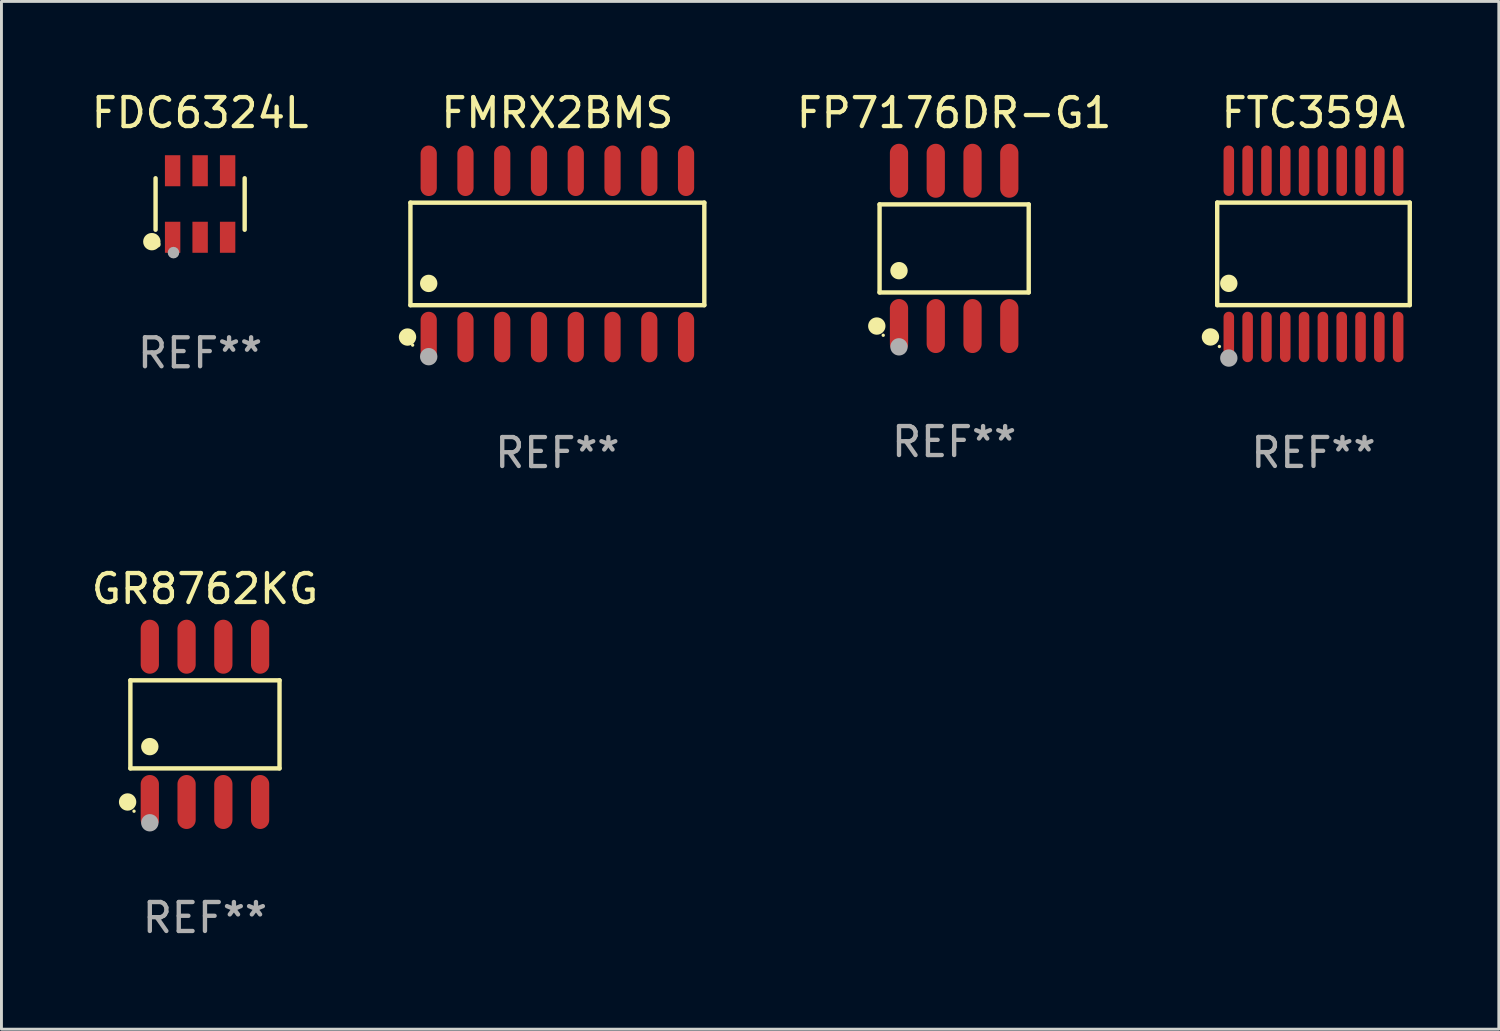
<source format=kicad_pcb>
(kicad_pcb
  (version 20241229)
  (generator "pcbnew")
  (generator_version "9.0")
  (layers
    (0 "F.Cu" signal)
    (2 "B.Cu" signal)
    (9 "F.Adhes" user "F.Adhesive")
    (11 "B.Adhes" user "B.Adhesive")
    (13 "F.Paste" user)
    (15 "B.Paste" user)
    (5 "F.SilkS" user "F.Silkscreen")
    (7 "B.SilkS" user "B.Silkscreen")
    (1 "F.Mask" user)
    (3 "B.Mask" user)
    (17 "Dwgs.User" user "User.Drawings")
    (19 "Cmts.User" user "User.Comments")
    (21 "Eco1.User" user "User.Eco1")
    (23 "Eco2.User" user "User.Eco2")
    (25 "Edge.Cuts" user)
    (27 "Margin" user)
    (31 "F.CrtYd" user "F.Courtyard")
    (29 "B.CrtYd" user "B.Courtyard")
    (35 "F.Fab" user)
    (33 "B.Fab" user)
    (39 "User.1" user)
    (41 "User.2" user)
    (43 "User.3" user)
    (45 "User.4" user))
  (footprint "FDC6324L"
    (layer "F.Cu")
    (at 3.863 3.997)
    (property "Reference" "FDC6324L" (at 0 -3.149 0) (layer "F.SilkS") (effects (font (size 1 1) (thickness 0.15))))
    (attr through_hole)
    (fp_line (start -1.539 0.889) (end -1.539 -0.889) (stroke (width 0.152) (type solid)) (layer "F.SilkS"))
    (fp_line (start 1.539 0.889) (end 1.539 -0.889) (stroke (width 0.152) (type solid)) (layer "F.SilkS"))
    (fp_circle (center -1.668 1.301) (end -1.518 1.301) (stroke (width 0.3) (type solid)) (fill no) (layer "F.SilkS"))
    (fp_circle (center -1.463 1.4) (end -1.413 1.4) (stroke (width 0.1) (type solid)) (fill no) (layer "F.SilkS"))
    (fp_circle (center -0.92 1.68) (end -0.82 1.68) (stroke (width 0.2) (type solid)) (fill no) (layer "F.Fab"))
    (fp_text user "REF**" (at 0 5.149 0) (layer "F.Fab") (effects (font (size 1 1) (thickness 0.15))))
    (pad "1" smd rect (at -0.95 1.149) (size 0.532 1.072) (layers "F.Cu" "F.Mask" "F.Paste"))
    (pad "2" smd rect (at 0 1.149) (size 0.532 1.072) (layers "F.Cu" "F.Mask" "F.Paste"))
    (pad "3" smd rect (at 0.95 1.149) (size 0.532 1.072) (layers "F.Cu" "F.Mask" "F.Paste"))
    (pad "4" smd rect (at 0.95 -1.149) (size 0.532 1.072) (layers "F.Cu" "F.Mask" "F.Paste"))
    (pad "5" smd rect (at 0 -1.149) (size 0.532 1.072) (layers "F.Cu" "F.Mask" "F.Paste"))
    (pad "6" smd rect (at -0.95 -1.149) (size 0.532 1.072) (layers "F.Cu" "F.Mask" "F.Paste")))
  (footprint "GR8762KG"
    (layer "F.Cu")
    (at 4.03 21.972)
    (property "Reference" "GR8762KG" (at 0 -4.682 0) (layer "F.SilkS") (effects (font (size 1 1) (thickness 0.15))))
    (attr through_hole)
    (fp_line (start -2.576 -1.521) (end 2.576 -1.521) (stroke (width 0.152) (type solid)) (layer "F.SilkS"))
    (fp_line (start -2.576 1.521) (end -2.576 -1.521) (stroke (width 0.152) (type solid)) (layer "F.SilkS"))
    (fp_line (start 2.576 -1.521) (end 2.576 1.521) (stroke (width 0.152) (type solid)) (layer "F.SilkS"))
    (fp_line (start 2.576 1.521) (end -2.576 1.521) (stroke (width 0.152) (type solid)) (layer "F.SilkS"))
    (fp_circle (center -2.672 2.682) (end -2.522 2.682) (stroke (width 0.3) (type solid)) (fill no) (layer "F.SilkS"))
    (fp_circle (center -2.45 3) (end -2.42 3) (stroke (width 0.06) (type solid)) (fill no) (layer "F.SilkS"))
    (fp_circle (center -1.905 0.769) (end -1.755 0.769) (stroke (width 0.3) (type solid)) (fill no) (layer "F.SilkS"))
    (fp_circle (center -1.905 3.4) (end -1.755 3.4) (stroke (width 0.3) (type solid)) (fill no) (layer "F.Fab"))
    (fp_text user "REF**" (at 0 6.682 0) (layer "F.Fab") (effects (font (size 1 1) (thickness 0.15))))
    (pad "1" smd oval (at -1.905 2.682) (size 0.63 1.865) (layers "F.Cu" "F.Mask" "F.Paste"))
    (pad "2" smd oval (at -0.635 2.682) (size 0.63 1.865) (layers "F.Cu" "F.Mask" "F.Paste"))
    (pad "3" smd oval (at 0.635 2.682) (size 0.63 1.865) (layers "F.Cu" "F.Mask" "F.Paste"))
    (pad "4" smd oval (at 1.905 2.682) (size 0.63 1.865) (layers "F.Cu" "F.Mask" "F.Paste"))
    (pad "5" smd oval (at 1.905 -2.682) (size 0.63 1.865) (layers "F.Cu" "F.Mask" "F.Paste"))
    (pad "6" smd oval (at 0.635 -2.682) (size 0.63 1.865) (layers "F.Cu" "F.Mask" "F.Paste"))
    (pad "7" smd oval (at -0.635 -2.682) (size 0.63 1.865) (layers "F.Cu" "F.Mask" "F.Paste"))
    (pad "8" smd oval (at -1.905 -2.682) (size 0.63 1.865) (layers "F.Cu" "F.Mask" "F.Paste")))
  (footprint "FP7176DR-G1"
    (layer "F.Cu")
    (at 29.91 5.531)
    (property "Reference" "FP7176DR-G1" (at 0 -4.682 0) (layer "F.SilkS") (effects (font (size 1 1) (thickness 0.15))))
    (attr through_hole)
    (fp_line (start -2.576 -1.521) (end 2.576 -1.521) (stroke (width 0.152) (type solid)) (layer "F.SilkS"))
    (fp_line (start -2.576 1.521) (end -2.576 -1.521) (stroke (width 0.152) (type solid)) (layer "F.SilkS"))
    (fp_line (start 2.576 -1.521) (end 2.576 1.521) (stroke (width 0.152) (type solid)) (layer "F.SilkS"))
    (fp_line (start 2.576 1.521) (end -2.576 1.521) (stroke (width 0.152) (type solid)) (layer "F.SilkS"))
    (fp_circle (center -2.672 2.682) (end -2.522 2.682) (stroke (width 0.3) (type solid)) (fill no) (layer "F.SilkS"))
    (fp_circle (center -2.45 3) (end -2.42 3) (stroke (width 0.06) (type solid)) (fill no) (layer "F.SilkS"))
    (fp_circle (center -1.905 0.769) (end -1.755 0.769) (stroke (width 0.3) (type solid)) (fill no) (layer "F.SilkS"))
    (fp_circle (center -1.905 3.4) (end -1.755 3.4) (stroke (width 0.3) (type solid)) (fill no) (layer "F.Fab"))
    (fp_text user "REF**" (at 0 6.682 0) (layer "F.Fab") (effects (font (size 1 1) (thickness 0.15))))
    (pad "1" smd oval (at -1.905 2.682) (size 0.63 1.865) (layers "F.Cu" "F.Mask" "F.Paste"))
    (pad "2" smd oval (at -0.635 2.682) (size 0.63 1.865) (layers "F.Cu" "F.Mask" "F.Paste"))
    (pad "3" smd oval (at 0.635 2.682) (size 0.63 1.865) (layers "F.Cu" "F.Mask" "F.Paste"))
    (pad "4" smd oval (at 1.905 2.682) (size 0.63 1.865) (layers "F.Cu" "F.Mask" "F.Paste"))
    (pad "5" smd oval (at 1.905 -2.682) (size 0.63 1.865) (layers "F.Cu" "F.Mask" "F.Paste"))
    (pad "6" smd oval (at 0.635 -2.682) (size 0.63 1.865) (layers "F.Cu" "F.Mask" "F.Paste"))
    (pad "7" smd oval (at -0.635 -2.682) (size 0.63 1.865) (layers "F.Cu" "F.Mask" "F.Paste"))
    (pad "8" smd oval (at -1.905 -2.682) (size 0.63 1.865) (layers "F.Cu" "F.Mask" "F.Paste")))
  (footprint "FMRX2BMS"
    (layer "F.Cu")
    (at 16.204 5.721)
    (property "Reference" "FMRX2BMS" (at 0 -4.872 0) (layer "F.SilkS") (effects (font (size 1 1) (thickness 0.15))))
    (attr through_hole)
    (fp_line (start -5.076 -1.771) (end 5.076 -1.771) (stroke (width 0.152) (type solid)) (layer "F.SilkS"))
    (fp_line (start -5.076 1.771) (end -5.076 -1.771) (stroke (width 0.152) (type solid)) (layer "F.SilkS"))
    (fp_line (start 5.076 -1.771) (end 5.076 1.771) (stroke (width 0.152) (type solid)) (layer "F.SilkS"))
    (fp_line (start 5.076 1.771) (end -5.076 1.771) (stroke (width 0.152) (type solid)) (layer "F.SilkS"))
    (fp_circle (center -5.177 2.872) (end -5.027 2.872) (stroke (width 0.3) (type solid)) (fill no) (layer "F.SilkS"))
    (fp_circle (center -5 3.15) (end -4.97 3.15) (stroke (width 0.06) (type solid)) (fill no) (layer "F.SilkS"))
    (fp_circle (center -4.445 1.019) (end -4.295 1.019) (stroke (width 0.3) (type solid)) (fill no) (layer "F.SilkS"))
    (fp_circle (center -4.445 3.55) (end -4.295 3.55) (stroke (width 0.3) (type solid)) (fill no) (layer "F.Fab"))
    (fp_text user "REF**" (at 0 6.872 0) (layer "F.Fab") (effects (font (size 1 1) (thickness 0.15))))
    (pad "1" smd oval (at -4.445 2.872) (size 0.56 1.745) (layers "F.Cu" "F.Mask" "F.Paste"))
    (pad "2" smd oval (at -3.175 2.872) (size 0.56 1.745) (layers "F.Cu" "F.Mask" "F.Paste"))
    (pad "3" smd oval (at -1.905 2.872) (size 0.56 1.745) (layers "F.Cu" "F.Mask" "F.Paste"))
    (pad "4" smd oval (at -0.635 2.872) (size 0.56 1.745) (layers "F.Cu" "F.Mask" "F.Paste"))
    (pad "5" smd oval (at 0.635 2.872) (size 0.56 1.745) (layers "F.Cu" "F.Mask" "F.Paste"))
    (pad "6" smd oval (at 1.905 2.872) (size 0.56 1.745) (layers "F.Cu" "F.Mask" "F.Paste"))
    (pad "7" smd oval (at 3.175 2.872) (size 0.56 1.745) (layers "F.Cu" "F.Mask" "F.Paste"))
    (pad "8" smd oval (at 4.445 2.872) (size 0.56 1.745) (layers "F.Cu" "F.Mask" "F.Paste"))
    (pad "9" smd oval (at 4.445 -2.872) (size 0.56 1.745) (layers "F.Cu" "F.Mask" "F.Paste"))
    (pad "10" smd oval (at 3.175 -2.872) (size 0.56 1.745) (layers "F.Cu" "F.Mask" "F.Paste"))
    (pad "11" smd oval (at 1.905 -2.872) (size 0.56 1.745) (layers "F.Cu" "F.Mask" "F.Paste"))
    (pad "12" smd oval (at 0.635 -2.872) (size 0.56 1.745) (layers "F.Cu" "F.Mask" "F.Paste"))
    (pad "13" smd oval (at -0.635 -2.872) (size 0.56 1.745) (layers "F.Cu" "F.Mask" "F.Paste"))
    (pad "14" smd oval (at -1.905 -2.872) (size 0.56 1.745) (layers "F.Cu" "F.Mask" "F.Paste"))
    (pad "15" smd oval (at -3.175 -2.872) (size 0.56 1.745) (layers "F.Cu" "F.Mask" "F.Paste"))
    (pad "16" smd oval (at -4.445 -2.872) (size 0.56 1.745) (layers "F.Cu" "F.Mask" "F.Paste")))
  (footprint "FTC359A"
    (layer "F.Cu")
    (at 42.323 5.719)
    (property "Reference" "FTC359A" (at 0 -4.871 0) (layer "F.SilkS") (effects (font (size 1 1) (thickness 0.15))))
    (attr through_hole)
    (fp_line (start -3.326 -1.771) (end 3.326 -1.771) (stroke (width 0.152) (type solid)) (layer "F.SilkS"))
    (fp_line (start -3.326 1.771) (end -3.326 -1.771) (stroke (width 0.152) (type solid)) (layer "F.SilkS"))
    (fp_line (start 3.326 -1.771) (end 3.326 1.771) (stroke (width 0.152) (type solid)) (layer "F.SilkS"))
    (fp_line (start 3.326 1.771) (end -3.326 1.771) (stroke (width 0.152) (type solid)) (layer "F.SilkS"))
    (fp_circle (center -3.559 2.871) (end -3.409 2.871) (stroke (width 0.3) (type solid)) (fill no) (layer "F.SilkS"))
    (fp_circle (center -3.25 3.2) (end -3.22 3.2) (stroke (width 0.06) (type solid)) (fill no) (layer "F.SilkS"))
    (fp_circle (center -2.925 1.019) (end -2.775 1.019) (stroke (width 0.3) (type solid)) (fill no) (layer "F.SilkS"))
    (fp_circle (center -2.925 3.6) (end -2.775 3.6) (stroke (width 0.3) (type solid)) (fill no) (layer "F.Fab"))
    (fp_text user "REF**" (at 0 6.871 0) (layer "F.Fab") (effects (font (size 1 1) (thickness 0.15))))
    (pad "1" smd oval (at -2.925 2.871) (size 0.364 1.742) (layers "F.Cu" "F.Mask" "F.Paste"))
    (pad "2" smd oval (at -2.275 2.871) (size 0.364 1.742) (layers "F.Cu" "F.Mask" "F.Paste"))
    (pad "3" smd oval (at -1.625 2.871) (size 0.364 1.742) (layers "F.Cu" "F.Mask" "F.Paste"))
    (pad "4" smd oval (at -0.975 2.871) (size 0.364 1.742) (layers "F.Cu" "F.Mask" "F.Paste"))
    (pad "5" smd oval (at -0.325 2.871) (size 0.364 1.742) (layers "F.Cu" "F.Mask" "F.Paste"))
    (pad "6" smd oval (at 0.325 2.871) (size 0.364 1.742) (layers "F.Cu" "F.Mask" "F.Paste"))
    (pad "7" smd oval (at 0.975 2.871) (size 0.364 1.742) (layers "F.Cu" "F.Mask" "F.Paste"))
    (pad "8" smd oval (at 1.625 2.871) (size 0.364 1.742) (layers "F.Cu" "F.Mask" "F.Paste"))
    (pad "9" smd oval (at 2.275 2.871) (size 0.364 1.742) (layers "F.Cu" "F.Mask" "F.Paste"))
    (pad "10" smd oval (at 2.925 2.871) (size 0.364 1.742) (layers "F.Cu" "F.Mask" "F.Paste"))
    (pad "11" smd oval (at 2.925 -2.871) (size 0.364 1.742) (layers "F.Cu" "F.Mask" "F.Paste"))
    (pad "12" smd oval (at 2.275 -2.871) (size 0.364 1.742) (layers "F.Cu" "F.Mask" "F.Paste"))
    (pad "13" smd oval (at 1.625 -2.871) (size 0.364 1.742) (layers "F.Cu" "F.Mask" "F.Paste"))
    (pad "14" smd oval (at 0.975 -2.871) (size 0.364 1.742) (layers "F.Cu" "F.Mask" "F.Paste"))
    (pad "15" smd oval (at 0.325 -2.871) (size 0.364 1.742) (layers "F.Cu" "F.Mask" "F.Paste"))
    (pad "16" smd oval (at -0.325 -2.871) (size 0.364 1.742) (layers "F.Cu" "F.Mask" "F.Paste"))
    (pad "17" smd oval (at -0.975 -2.871) (size 0.364 1.742) (layers "F.Cu" "F.Mask" "F.Paste"))
    (pad "18" smd oval (at -1.625 -2.871) (size 0.364 1.742) (layers "F.Cu" "F.Mask" "F.Paste"))
    (pad "19" smd oval (at -2.275 -2.871) (size 0.364 1.742) (layers "F.Cu" "F.Mask" "F.Paste"))
    (pad "20" smd oval (at -2.925 -2.871) (size 0.364 1.742) (layers "F.Cu" "F.Mask" "F.Paste")))
  (gr_rect
    (start -3 -3)
    (end 48.725 32.503)
    (stroke (width 0.1) (type default))
    (fill no)
    (layer "Edge.Cuts")))
</source>
